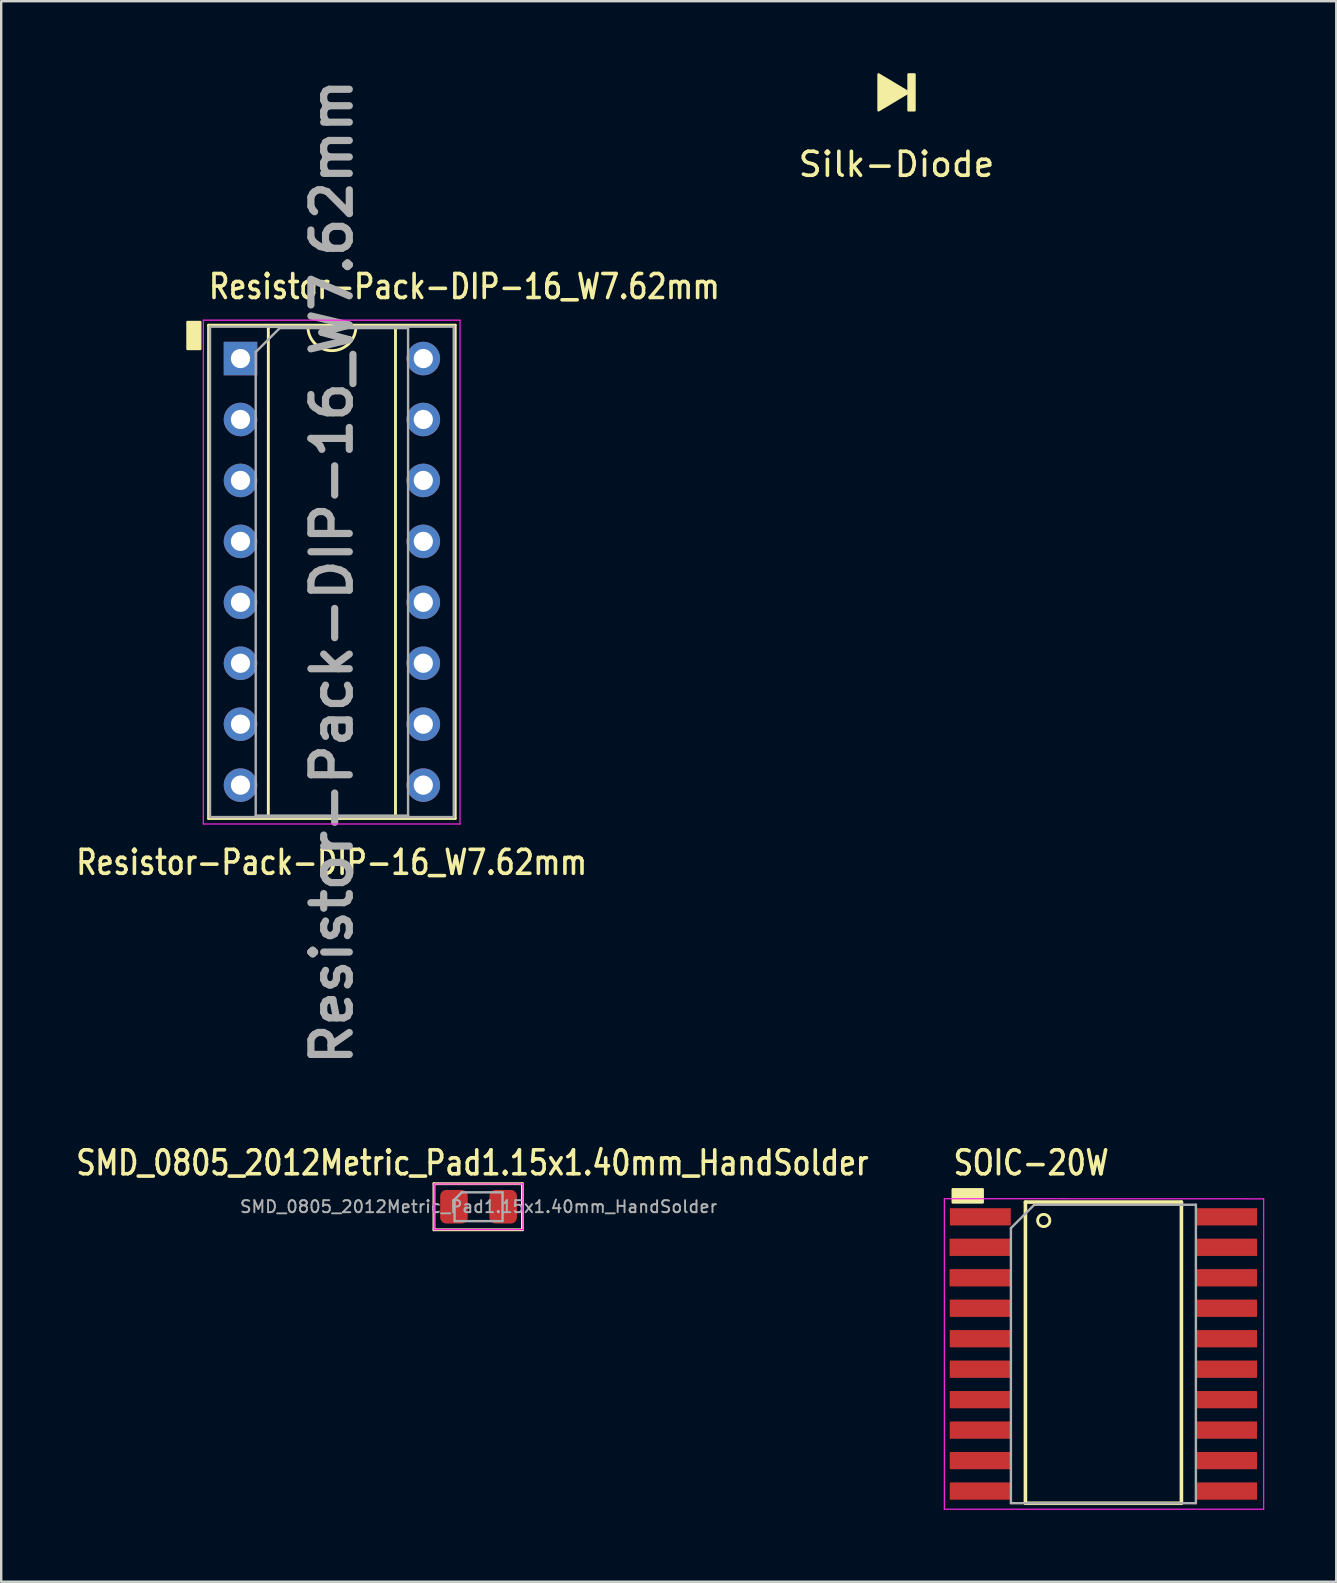
<source format=kicad_pcb>
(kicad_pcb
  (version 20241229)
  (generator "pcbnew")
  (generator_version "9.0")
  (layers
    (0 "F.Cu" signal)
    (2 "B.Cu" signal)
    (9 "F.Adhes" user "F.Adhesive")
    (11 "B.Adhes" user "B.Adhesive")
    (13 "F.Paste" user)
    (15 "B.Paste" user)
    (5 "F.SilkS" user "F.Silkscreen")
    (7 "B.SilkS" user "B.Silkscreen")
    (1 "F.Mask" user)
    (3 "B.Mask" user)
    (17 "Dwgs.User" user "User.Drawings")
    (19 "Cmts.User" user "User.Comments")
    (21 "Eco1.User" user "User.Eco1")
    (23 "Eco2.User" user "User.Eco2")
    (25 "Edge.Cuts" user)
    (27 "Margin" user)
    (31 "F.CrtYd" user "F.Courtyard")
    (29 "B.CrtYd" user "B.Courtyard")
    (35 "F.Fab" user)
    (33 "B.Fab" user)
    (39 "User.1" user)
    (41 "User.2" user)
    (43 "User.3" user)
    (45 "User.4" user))
  (footprint "Silk-Diode"
    (layer "F.Cu")
    (at 34.318 3.3)
    (property "Reference" "Silk-Diode" (at 0 0.5 0) (layer "F.SilkS") (effects (font (size 1 1) (thickness 0.15))))
    (attr through_hole)
    (fp_poly (pts (xy -0.75 -1.75) (xy -0.75 -3.25) (xy 0.5 -2.5)) (stroke (width 0.1) (type solid)) (fill yes) (layer "F.SilkS"))
    (fp_poly (pts (xy 0.5 -3.25) (xy 0.5 -1.75) (xy 0.75 -1.75) (xy 0.75 -3.25)) (stroke (width 0.1) (type solid)) (fill yes) (layer "F.SilkS")))
  (footprint "SOIC-20W"
    (layer "F.Cu")
    (at 37.811 47.669)
    (property "Reference" "SOIC-20W" (at -1.2 -2.25 0) (layer "F.SilkS") (effects (font (size 1 0.83) (thickness 0.15)) (justify left)))
    (attr smd)
    (fp_line (start 1.88 -0.615) (end 1.88 11.938) (stroke (width 0.15) (type solid)) (layer "F.SilkS"))
    (fp_line (start 8.382 -0.615) (end 1.88 -0.615) (stroke (width 0.15) (type solid)) (layer "F.SilkS"))
    (fp_line (start 8.382 -0.615) (end 8.382 11.938) (stroke (width 0.15) (type solid)) (layer "F.SilkS"))
    (fp_line (start 8.382 11.938) (end 1.88 11.938) (stroke (width 0.15) (type solid)) (layer "F.SilkS"))
    (fp_circle (center 2.642 0.152) (end 2.896 0.152) (stroke (width 0.12) (type solid)) (fill no) (layer "F.SilkS"))
    (fp_poly (pts (xy -1.15 -1.15) (xy -1.15 -0.6) (xy 0.1 -0.6) (xy 0.1 -1.15)) (stroke (width 0.1) (type solid)) (fill yes) (layer "F.SilkS"))
    (fp_line (start -1.5 -0.755) (end -1.5 12.185) (stroke (width 0.05) (type solid)) (layer "F.CrtYd"))
    (fp_line (start -1.5 12.185) (end 11.81 12.185) (stroke (width 0.05) (type solid)) (layer "F.CrtYd"))
    (fp_line (start 11.81 -0.75) (end -1.5 -0.755) (stroke (width 0.05) (type solid)) (layer "F.CrtYd"))
    (fp_line (start 11.81 12.185) (end 11.81 -0.75) (stroke (width 0.05) (type solid)) (layer "F.CrtYd"))
    (fp_line (start 1.275 0.47) (end 2.25 -0.505) (stroke (width 0.1) (type solid)) (layer "F.Fab"))
    (fp_line (start 1.275 11.935) (end 1.275 0.47) (stroke (width 0.1) (type solid)) (layer "F.Fab"))
    (fp_line (start 2.25 -0.505) (end 8.985 -0.505) (stroke (width 0.1) (type solid)) (layer "F.Fab"))
    (fp_line (start 8.985 -0.505) (end 8.985 11.935) (stroke (width 0.1) (type solid)) (layer "F.Fab"))
    (fp_line (start 8.985 11.935) (end 1.275 11.935) (stroke (width 0.1) (type solid)) (layer "F.Fab"))
    (pad "1" smd rect (at 0 0) (size 2.54 0.72) (layers "F.Cu" "F.Mask" "F.Paste"))
    (pad "2" smd rect (at -0.012 1.27) (size 2.54 0.72) (layers "F.Cu" "F.Mask" "F.Paste"))
    (pad "3" smd rect (at -0.012 2.54) (size 2.54 0.72) (layers "F.Cu" "F.Mask" "F.Paste"))
    (pad "4" smd rect (at -0.004 3.81) (size 2.54 0.72) (layers "F.Cu" "F.Mask" "F.Paste"))
    (pad "5" smd rect (at -0.004 5.08) (size 2.54 0.72) (layers "F.Cu" "F.Mask" "F.Paste"))
    (pad "6" smd rect (at -0.004 6.35) (size 2.54 0.72) (layers "F.Cu" "F.Mask" "F.Paste"))
    (pad "7" smd rect (at -0.004 7.62) (size 2.54 0.72) (layers "F.Cu" "F.Mask" "F.Paste"))
    (pad "8" smd rect (at -0.004 8.89) (size 2.54 0.72) (layers "F.Cu" "F.Mask" "F.Paste"))
    (pad "9" smd rect (at -0.004 10.16) (size 2.54 0.72) (layers "F.Cu" "F.Mask" "F.Paste"))
    (pad "10" smd rect (at -0.004 11.43) (size 2.54 0.72) (layers "F.Cu" "F.Mask" "F.Paste"))
    (pad "11" smd rect (at 10.264 11.43) (size 2.54 0.72) (layers "F.Cu" "F.Mask" "F.Paste"))
    (pad "12" smd rect (at 10.264 10.16) (size 2.54 0.72) (layers "F.Cu" "F.Mask" "F.Paste"))
    (pad "13" smd rect (at 10.264 8.89) (size 2.54 0.72) (layers "F.Cu" "F.Mask" "F.Paste"))
    (pad "14" smd rect (at 10.264 7.62) (size 2.54 0.72) (layers "F.Cu" "F.Mask" "F.Paste"))
    (pad "15" smd rect (at 10.264 6.35) (size 2.54 0.72) (layers "F.Cu" "F.Mask" "F.Paste"))
    (pad "16" smd rect (at 10.264 5.08) (size 2.54 0.72) (layers "F.Cu" "F.Mask" "F.Paste"))
    (pad "17" smd rect (at 10.264 3.81) (size 2.54 0.72) (layers "F.Cu" "F.Mask" "F.Paste"))
    (pad "18" smd rect (at 10.264 2.54) (size 2.54 0.72) (layers "F.Cu" "F.Mask" "F.Paste"))
    (pad "19" smd rect (at 10.264 1.27) (size 2.54 0.72) (layers "F.Cu" "F.Mask" "F.Paste"))
    (pad "20" smd rect (at 10.264 0) (size 2.54 0.72) (layers "F.Cu" "F.Mask" "F.Paste")))
  (footprint "SMD_0805_2012Metric_Pad1.15x1.40mm_HandSolder"
    (layer "F.Cu")
    (at 16.897 47.248)
    (property "Reference" "SMD_0805_2012Metric_Pad1.15x1.40mm_HandSolder" (at -0.254 -1.829 0) (layer "F.SilkS") (effects (font (size 1 0.83) (thickness 0.15))))
    (attr smd)
    (fp_line (start -1.86 -0.96) (end -1.86 0.96) (stroke (width 0.12) (type solid)) (layer "F.SilkS"))
    (fp_line (start -1.86 0.96) (end 1.829 0.96) (stroke (width 0.12) (type solid)) (layer "F.SilkS"))
    (fp_line (start 1.829 -0.96) (end -1.86 -0.96) (stroke (width 0.12) (type solid)) (layer "F.SilkS"))
    (fp_line (start 1.829 -0.96) (end 1.829 0.955) (stroke (width 0.12) (type solid)) (layer "F.SilkS"))
    (fp_line (start -1.85 -0.95) (end 1.85 -0.95) (stroke (width 0.05) (type solid)) (layer "F.CrtYd"))
    (fp_line (start -1.85 0.95) (end -1.85 -0.95) (stroke (width 0.05) (type solid)) (layer "F.CrtYd"))
    (fp_line (start 1.85 -0.95) (end 1.85 0.95) (stroke (width 0.05) (type solid)) (layer "F.CrtYd"))
    (fp_line (start 1.85 0.95) (end -1.85 0.95) (stroke (width 0.05) (type solid)) (layer "F.CrtYd"))
    (fp_line (start -1 -0.3) (end -1 0.6) (stroke (width 0.1) (type solid)) (layer "F.Fab"))
    (fp_line (start -1 0.6) (end 1 0.6) (stroke (width 0.1) (type solid)) (layer "F.Fab"))
    (fp_line (start -0.7 -0.6) (end -1 -0.3) (stroke (width 0.1) (type solid)) (layer "F.Fab"))
    (fp_line (start 1 -0.6) (end -0.7 -0.6) (stroke (width 0.1) (type solid)) (layer "F.Fab"))
    (fp_line (start 1 0.6) (end 1 -0.6) (stroke (width 0.1) (type solid)) (layer "F.Fab"))
    (fp_text user "${REFERENCE}" (at 0 0 0) (layer "F.Fab") (effects (font (size 0.5 0.5) (thickness 0.08))))
    (pad "1" smd roundrect (at -1.025 0) (size 1.15 1.4) (layers "F.Cu" "F.Mask" "F.Paste") (roundrect_rratio 0.217))
    (pad "2" smd roundrect (at 1.025 0) (size 1.15 1.4) (layers "F.Cu" "F.Mask" "F.Paste") (roundrect_rratio 0.217)))
  (footprint "Resistor-Pack-DIP-16_W7.62mm"
    (layer "F.Cu")
    (at 6.974 11.895)
    (property "Reference" "Resistor-Pack-DIP-16_W7.62mm" (at -1.4 -3 0) (layer "F.SilkS") (effects (font (size 1 0.83) (thickness 0.15)) (justify left)))
    (property "Value" "Resistor-Pack-DIP-16_W7.62mm" (at 3.8 21 0) (layer "F.Fab") (hide yes) (effects (font (size 1 0.83) (thickness 0.15))))
    (attr through_hole)
    (fp_line (start -1.33 -1.39) (end -1.33 19.17) (stroke (width 0.12) (type solid)) (layer "F.SilkS"))
    (fp_line (start -1.33 19.17) (end 8.95 19.17) (stroke (width 0.12) (type solid)) (layer "F.SilkS"))
    (fp_line (start 1.16 -1.33) (end 1.16 19.11) (stroke (width 0.12) (type solid)) (layer "F.SilkS"))
    (fp_line (start 1.16 19.11) (end 6.46 19.11) (stroke (width 0.12) (type solid)) (layer "F.SilkS"))
    (fp_line (start 2.81 -1.33) (end 1.16 -1.33) (stroke (width 0.12) (type solid)) (layer "F.SilkS"))
    (fp_line (start 6.46 -1.33) (end 4.81 -1.33) (stroke (width 0.12) (type solid)) (layer "F.SilkS"))
    (fp_line (start 6.46 19.11) (end 6.46 -1.33) (stroke (width 0.12) (type solid)) (layer "F.SilkS"))
    (fp_line (start 8.95 -1.39) (end -1.33 -1.39) (stroke (width 0.12) (type solid)) (layer "F.SilkS"))
    (fp_line (start 8.95 19.17) (end 8.95 -1.39) (stroke (width 0.12) (type solid)) (layer "F.SilkS"))
    (fp_arc (start 4.81 -1.33) (mid 3.81 -0.33) (end 2.81 -1.33) (stroke (width 0.12) (type solid)) (layer "F.SilkS"))
    (fp_poly (pts (xy -2.21 -1.524) (xy -2.21 -0.399) (xy -1.676 -0.399) (xy -1.676 -1.524)) (stroke (width 0.1) (type solid)) (fill yes) (layer "F.SilkS"))
    (fp_line (start -1.55 -1.6) (end -1.55 19.4) (stroke (width 0.05) (type solid)) (layer "F.CrtYd"))
    (fp_line (start -1.55 19.4) (end 9.15 19.4) (stroke (width 0.05) (type solid)) (layer "F.CrtYd"))
    (fp_line (start 9.15 -1.6) (end -1.55 -1.6) (stroke (width 0.05) (type solid)) (layer "F.CrtYd"))
    (fp_line (start 9.15 19.4) (end 9.15 -1.6) (stroke (width 0.05) (type solid)) (layer "F.CrtYd"))
    (fp_line (start -1.27 -1.33) (end -1.27 19.11) (stroke (width 0.1) (type solid)) (layer "F.Fab"))
    (fp_line (start -1.27 19.11) (end 8.89 19.11) (stroke (width 0.1) (type solid)) (layer "F.Fab"))
    (fp_line (start 0.635 -0.27) (end 1.635 -1.27) (stroke (width 0.1) (type solid)) (layer "F.Fab"))
    (fp_line (start 0.635 19.05) (end 0.635 -0.27) (stroke (width 0.1) (type solid)) (layer "F.Fab"))
    (fp_line (start 1.635 -1.27) (end 6.985 -1.27) (stroke (width 0.1) (type solid)) (layer "F.Fab"))
    (fp_line (start 6.985 -1.27) (end 6.985 19.05) (stroke (width 0.1) (type solid)) (layer "F.Fab"))
    (fp_line (start 6.985 19.05) (end 0.635 19.05) (stroke (width 0.1) (type solid)) (layer "F.Fab"))
    (fp_line (start 8.89 -1.33) (end -1.27 -1.33) (stroke (width 0.1) (type solid)) (layer "F.Fab"))
    (fp_line (start 8.89 19.11) (end 8.89 -1.33) (stroke (width 0.1) (type solid)) (layer "F.Fab"))
    (fp_text user "${VALUE}" (at 3.8 21 180) (layer "F.SilkS") (effects (font (size 1 0.83) (thickness 0.15))))
    (fp_text user "${REFERENCE}" (at 3.81 8.89 90) (layer "F.Fab") (effects (font (size 1.6 1.6) (thickness 0.3))))
    (pad "1" thru_hole rect (at 0 0) (size 1.397 1.397) (drill 0.8) (layers "*.Cu" "*.Mask"))
    (pad "2" thru_hole oval (at 0 2.54) (size 1.397 1.397) (drill 0.8) (layers "*.Cu" "*.Mask"))
    (pad "3" thru_hole oval (at 0 5.08) (size 1.397 1.397) (drill 0.8) (layers "*.Cu" "*.Mask"))
    (pad "4" thru_hole oval (at 0 7.62) (size 1.397 1.397) (drill 0.8) (layers "*.Cu" "*.Mask"))
    (pad "5" thru_hole oval (at 0 10.16) (size 1.397 1.397) (drill 0.8) (layers "*.Cu" "*.Mask"))
    (pad "6" thru_hole oval (at 0 12.7) (size 1.397 1.397) (drill 0.8) (layers "*.Cu" "*.Mask"))
    (pad "7" thru_hole oval (at 0 15.24) (size 1.397 1.397) (drill 0.8) (layers "*.Cu" "*.Mask"))
    (pad "8" thru_hole oval (at 0 17.78) (size 1.397 1.397) (drill 0.8) (layers "*.Cu" "*.Mask"))
    (pad "9" thru_hole oval (at 7.62 17.78) (size 1.397 1.397) (drill 0.8) (layers "*.Cu" "*.Mask"))
    (pad "10" thru_hole oval (at 7.62 15.24) (size 1.397 1.397) (drill 0.8) (layers "*.Cu" "*.Mask"))
    (pad "11" thru_hole oval (at 7.62 12.7) (size 1.397 1.397) (drill 0.8) (layers "*.Cu" "*.Mask"))
    (pad "12" thru_hole oval (at 7.62 10.16) (size 1.397 1.397) (drill 0.8) (layers "*.Cu" "*.Mask"))
    (pad "13" thru_hole oval (at 7.62 7.62) (size 1.397 1.397) (drill 0.8) (layers "*.Cu" "*.Mask"))
    (pad "14" thru_hole oval (at 7.62 5.08) (size 1.397 1.397) (drill 0.8) (layers "*.Cu" "*.Mask"))
    (pad "15" thru_hole oval (at 7.62 2.54) (size 1.397 1.397) (drill 0.8) (layers "*.Cu" "*.Mask"))
    (pad "16" thru_hole oval (at 7.62 0) (size 1.397 1.397) (drill 0.8) (layers "*.Cu" "*.Mask")))
  (gr_rect
    (start -3 -3)
    (end 52.646 62.879)
    (stroke (width 0.1) (type default))
    (fill no)
    (layer "Edge.Cuts")))
</source>
